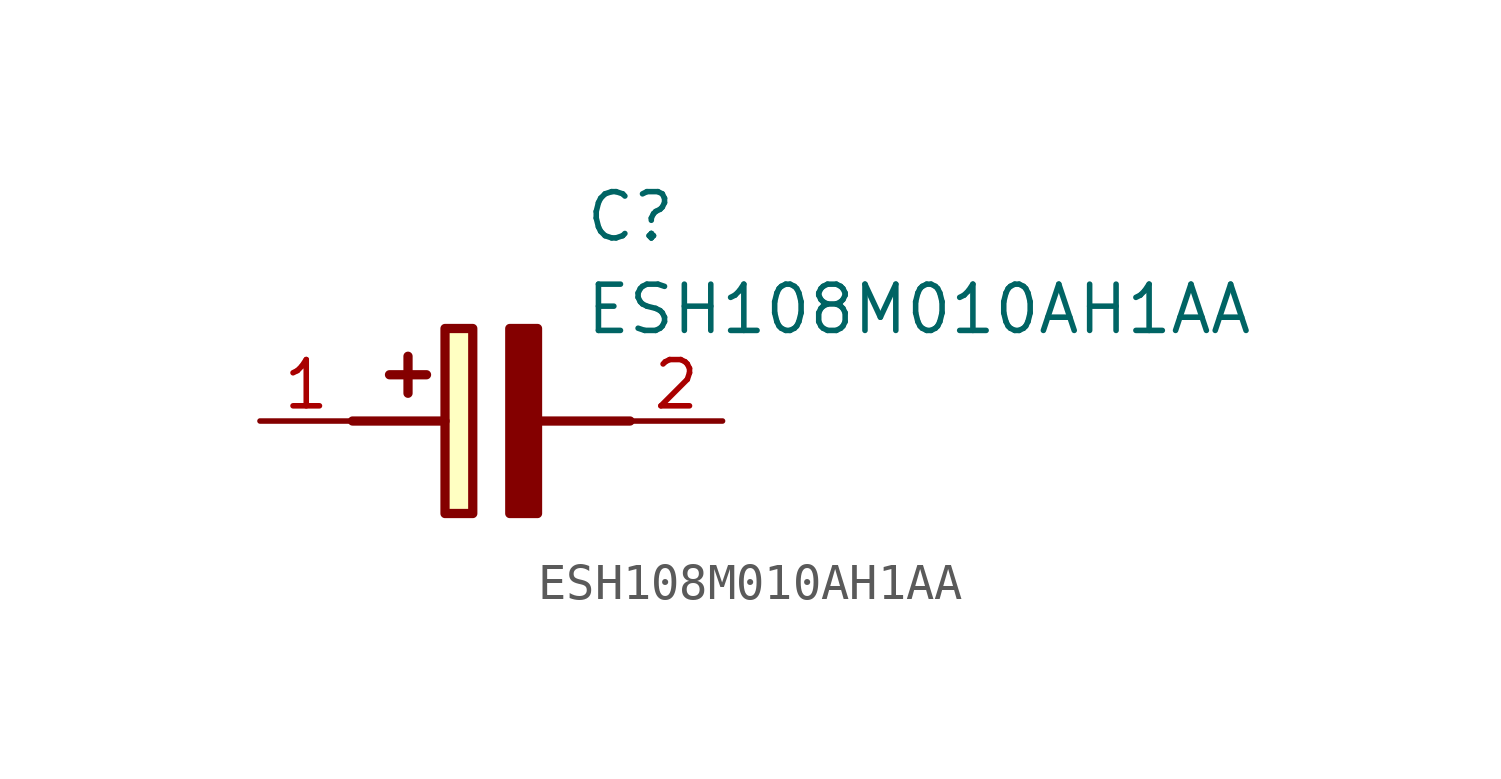
<source format=kicad_sym>
(kicad_symbol_lib
  (version 20211014)
  (generator SamacSys_ECAD_Model)
  (symbol "ESH108M010AH1AA"
    (pin_names hide)
    (property "Reference" "C"
      (at 8.89 6.35 0)
      (effects (font (size 1.27 1.27)) (justify left top)))
    (property "Value" "ESH108M010AH1AA"
      (at 8.89 3.81 0)
      (effects (font (size 1.27 1.27)) (justify left top)))
    (rectangle
      (start 5.08 2.54)
      (end 5.842 -2.54)
      (stroke (width 0.254) (type default))
      (fill (type background)))
    (polyline
      (pts (xy 4.572 1.27) (xy 3.556 1.27))
      (stroke (width 0.254) (type default))
      (fill (type none)))
    (polyline
      (pts (xy 4.064 1.778) (xy 4.064 0.762))
      (stroke (width 0.254) (type default))
      (fill (type none)))
    (polyline
      (pts (xy 2.54 0) (xy 5.08 0))
      (stroke (width 0.254) (type default))
      (fill (type none)))
    (polyline
      (pts (xy 7.62 0) (xy 10.16 0))
      (stroke (width 0.254) (type default))
      (fill (type none)))
    (polyline
      (pts (xy 7.62 2.54) (xy 7.62 -2.54) (xy 6.858 -2.54) (xy 6.858 2.54) (xy 7.62 2.54))
      (stroke (width 0.254) (type default))
      (fill (type outline)))
    (pin passive line
      (at 0 0 0)
      (length 2.54)
      (name "+" (effects (font (size 1.27 1.27))))
      (number "1" (effects (font (size 1.27 1.27)))))
    (pin passive line
      (at 12.7 0 180)
      (length 2.54)
      (name "-" (effects (font (size 1.27 1.27))))
      (number "2" (effects (font (size 1.27 1.27)))))))
</source>
